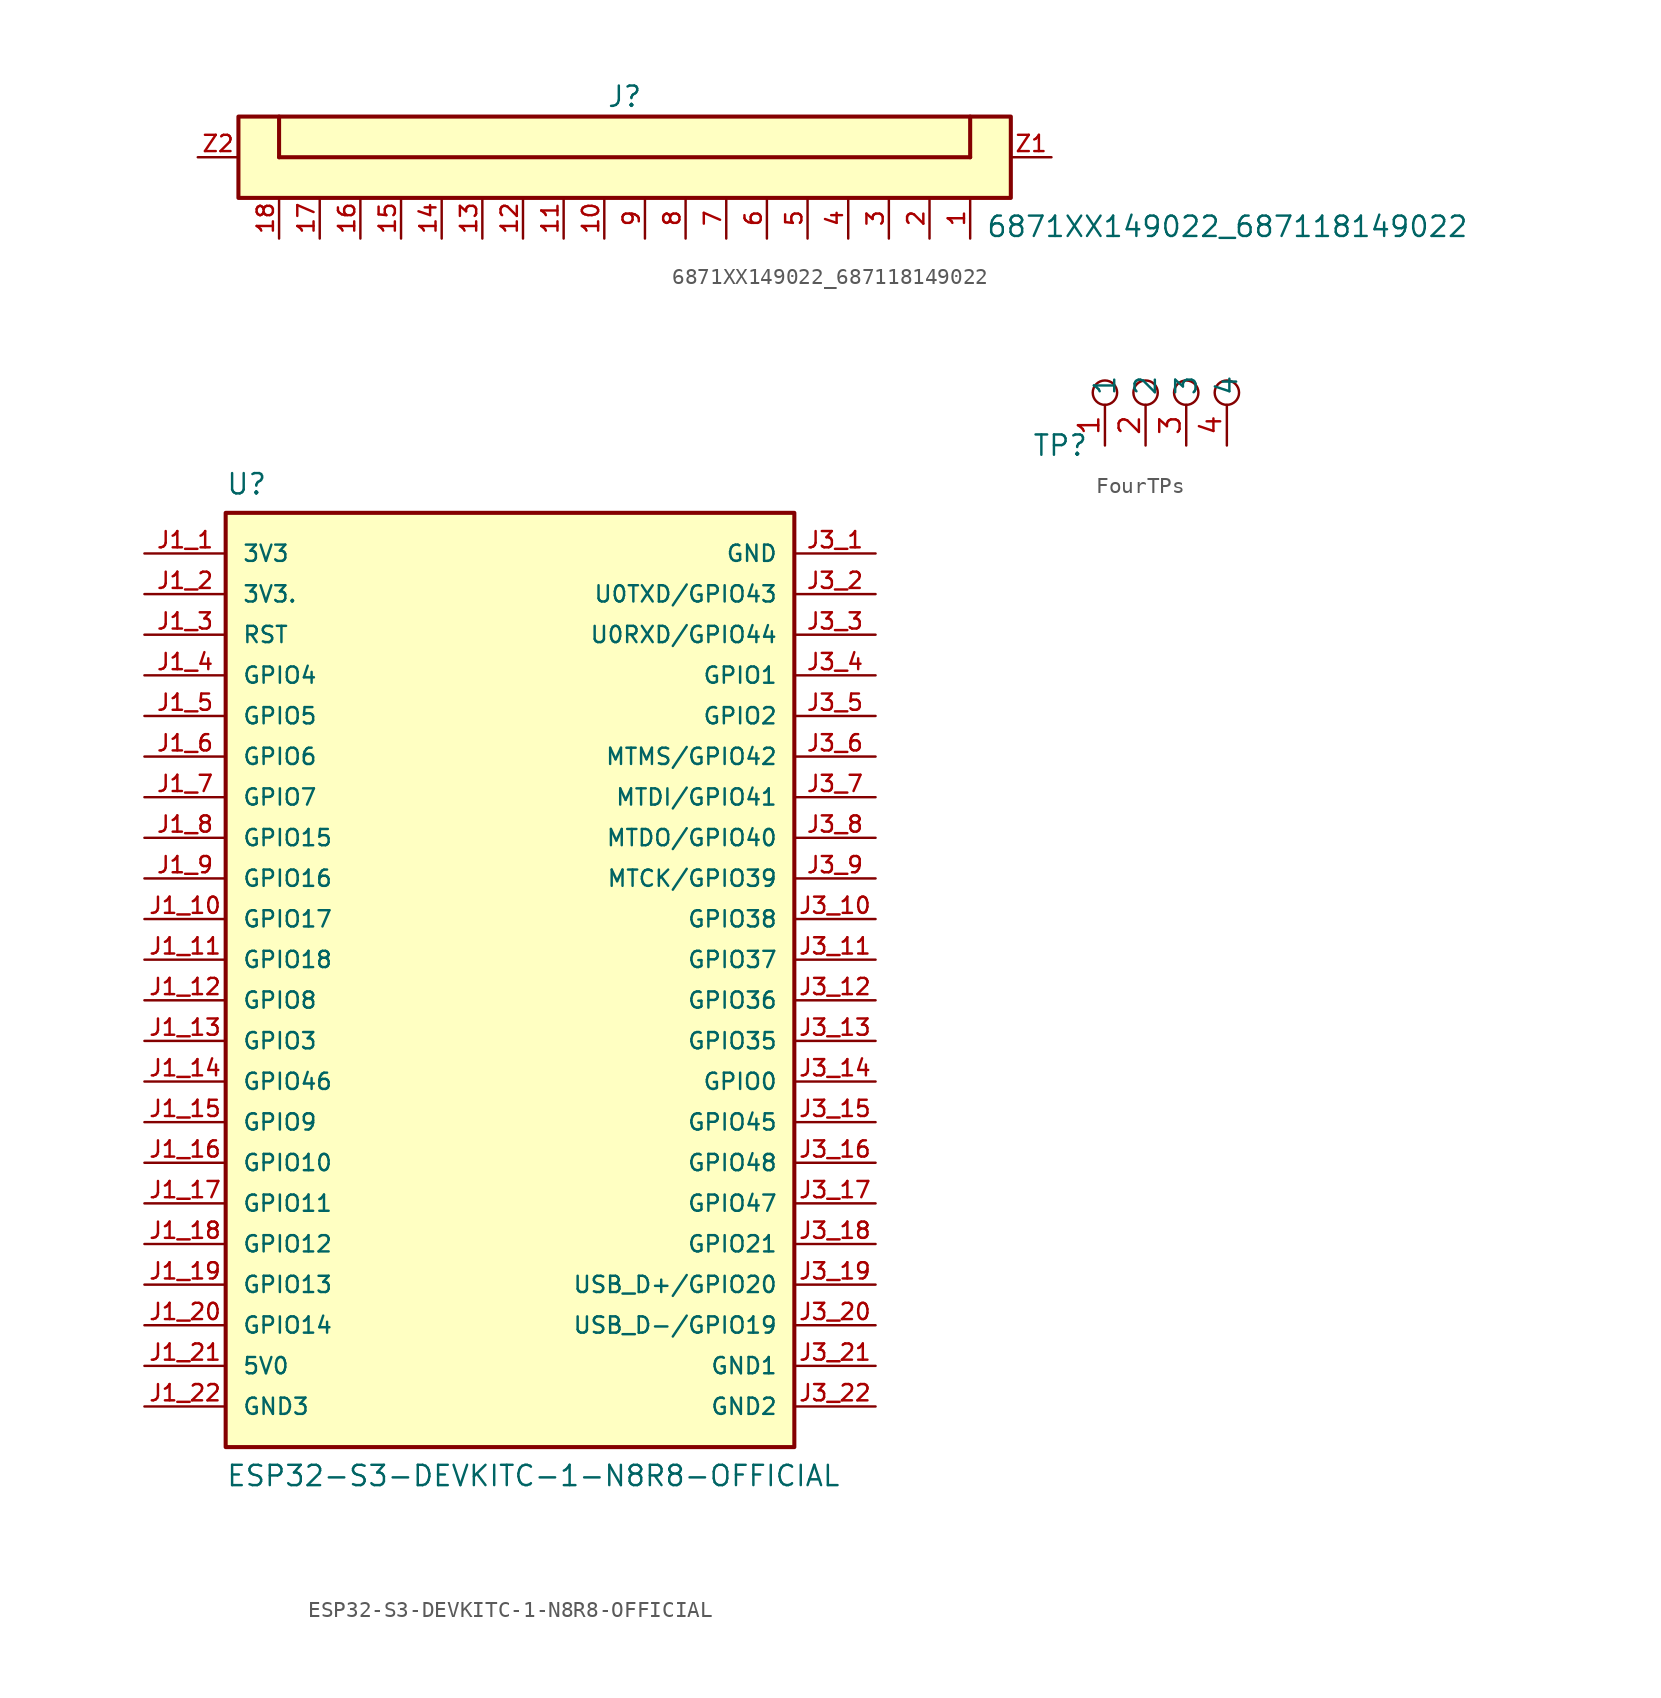
<source format=kicad_sym>
(kicad_symbol_lib
  (version 20241209)
  (generator "kicad_symbol_editor")
  (generator_version "9.0")
  (symbol "6871XX149022_687118149022"
    (pin_names
      (offset 1.016))
    (property "Reference" "J"
      (at -1.27 3.048 0)
      (effects (font (size 1.27 1.27)) (justify bottom)))
    (property "Value" "6871XX149022_687118149022"
      (at 21.29 -5.08 0)
      (effects (font (size 1.27 1.27)) (justify left bottom)))
    (symbol "6871XX149022_687118149022_0_0"
      (rectangle (start -25.4 -2.54) (end 22.86 2.54) (stroke (width 0.254) (type default)) (fill (type background)))
      (polyline (pts (xy -22.86 2.54) (xy -22.86 0)) (stroke (width 0.254) (type default)) (fill (type none)))
      (polyline (pts (xy -22.86 0) (xy 20.32 0)) (stroke (width 0.254) (type default)) (fill (type none)))
      (polyline (pts (xy 20.32 0) (xy 20.32 2.54)) (stroke (width 0.254) (type default)) (fill (type none)))
      (pin passive line (at -27.94 0 0) (length 2.54) (name "~" (effects (font (size 1.016 1.016)))) (number "Z2" (effects (font (size 1.016 1.016)))))
      (pin passive line (at -22.86 -5.08 90) (length 2.54) (name "~" (effects (font (size 1.016 1.016)))) (number "18" (effects (font (size 1.016 1.016)))))
      (pin passive line (at -20.32 -5.08 90) (length 2.54) (name "~" (effects (font (size 1.016 1.016)))) (number "17" (effects (font (size 1.016 1.016)))))
      (pin passive line (at -17.78 -5.08 90) (length 2.54) (name "~" (effects (font (size 1.016 1.016)))) (number "16" (effects (font (size 1.016 1.016)))))
      (pin passive line (at -15.24 -5.08 90) (length 2.54) (name "~" (effects (font (size 1.016 1.016)))) (number "15" (effects (font (size 1.016 1.016)))))
      (pin passive line (at -12.7 -5.08 90) (length 2.54) (name "~" (effects (font (size 1.016 1.016)))) (number "14" (effects (font (size 1.016 1.016)))))
      (pin passive line (at -10.16 -5.08 90) (length 2.54) (name "~" (effects (font (size 1.016 1.016)))) (number "13" (effects (font (size 1.016 1.016)))))
      (pin passive line (at -7.62 -5.08 90) (length 2.54) (name "~" (effects (font (size 1.016 1.016)))) (number "12" (effects (font (size 1.016 1.016)))))
      (pin passive line (at -5.08 -5.08 90) (length 2.54) (name "~" (effects (font (size 1.016 1.016)))) (number "11" (effects (font (size 1.016 1.016)))))
      (pin passive line (at -2.54 -5.08 90) (length 2.54) (name "~" (effects (font (size 1.016 1.016)))) (number "10" (effects (font (size 1.016 1.016)))))
      (pin passive line (at 0 -5.08 90) (length 2.54) (name "~" (effects (font (size 1.016 1.016)))) (number "9" (effects (font (size 1.016 1.016)))))
      (pin passive line (at 2.54 -5.08 90) (length 2.54) (name "~" (effects (font (size 1.016 1.016)))) (number "8" (effects (font (size 1.016 1.016)))))
      (pin passive line (at 5.08 -5.08 90) (length 2.54) (name "~" (effects (font (size 1.016 1.016)))) (number "7" (effects (font (size 1.016 1.016)))))
      (pin passive line (at 7.62 -5.08 90) (length 2.54) (name "~" (effects (font (size 1.016 1.016)))) (number "6" (effects (font (size 1.016 1.016)))))
      (pin passive line (at 10.16 -5.08 90) (length 2.54) (name "~" (effects (font (size 1.016 1.016)))) (number "5" (effects (font (size 1.016 1.016)))))
      (pin passive line (at 12.7 -5.08 90) (length 2.54) (name "~" (effects (font (size 1.016 1.016)))) (number "4" (effects (font (size 1.016 1.016)))))
      (pin passive line (at 15.24 -5.08 90) (length 2.54) (name "~" (effects (font (size 1.016 1.016)))) (number "3" (effects (font (size 1.016 1.016)))))
      (pin passive line (at 17.78 -5.08 90) (length 2.54) (name "~" (effects (font (size 1.016 1.016)))) (number "2" (effects (font (size 1.016 1.016)))))
      (pin passive line (at 20.32 -5.08 90) (length 2.54) (name "~" (effects (font (size 1.016 1.016)))) (number "1" (effects (font (size 1.016 1.016)))))
      (pin passive line (at 25.4 0 180) (length 2.54) (name "~" (effects (font (size 1.016 1.016)))) (number "Z1" (effects (font (size 1.016 1.016)))))))
  (symbol "ESP32-S3-DEVKITC-1-N8R8-OFFICIAL"
    (pin_names
      (offset 1.016))
    (property "Reference" "U"
      (at -17.78 35.56 0)
      (effects (font (size 1.27 1.27)) (justify left top)))
    (property "Value" "ESP32-S3-DEVKITC-1-N8R8-OFFICIAL"
      (at -17.78 -27.94 0)
      (effects (font (size 1.27 1.27)) (justify left bottom)))
    (symbol "ESP32-S3-DEVKITC-1-N8R8-OFFICIAL_0_0"
      (rectangle (start -17.78 -25.4) (end 17.78 33.02) (stroke (width 0.254) (type default)) (fill (type background)))
      (pin power_in line (at -22.86 30.48 0) (length 5.08) (name "3V3" (effects (font (size 1.016 1.016)))) (number "J1_1" (effects (font (size 1.016 1.016)))))
      (pin power_in line (at -22.86 27.94 0) (length 5.08) (name "3V3." (effects (font (size 1.016 1.016)))) (number "J1_2" (effects (font (size 1.016 1.016)))))
      (pin input line (at -22.86 25.4 0) (length 5.08) (name "RST" (effects (font (size 1.016 1.016)))) (number "J1_3" (effects (font (size 1.016 1.016)))))
      (pin bidirectional line (at -22.86 22.86 0) (length 5.08) (name "GPIO4" (effects (font (size 1.016 1.016)))) (number "J1_4" (effects (font (size 1.016 1.016)))))
      (pin bidirectional line (at -22.86 20.32 0) (length 5.08) (name "GPIO5" (effects (font (size 1.016 1.016)))) (number "J1_5" (effects (font (size 1.016 1.016)))))
      (pin bidirectional line (at -22.86 17.78 0) (length 5.08) (name "GPIO6" (effects (font (size 1.016 1.016)))) (number "J1_6" (effects (font (size 1.016 1.016)))))
      (pin bidirectional line (at -22.86 15.24 0) (length 5.08) (name "GPIO7" (effects (font (size 1.016 1.016)))) (number "J1_7" (effects (font (size 1.016 1.016)))))
      (pin bidirectional line (at -22.86 12.7 0) (length 5.08) (name "GPIO15" (effects (font (size 1.016 1.016)))) (number "J1_8" (effects (font (size 1.016 1.016)))))
      (pin bidirectional line (at -22.86 10.16 0) (length 5.08) (name "GPIO16" (effects (font (size 1.016 1.016)))) (number "J1_9" (effects (font (size 1.016 1.016)))))
      (pin bidirectional line (at -22.86 7.62 0) (length 5.08) (name "GPIO17" (effects (font (size 1.016 1.016)))) (number "J1_10" (effects (font (size 1.016 1.016)))))
      (pin bidirectional line (at -22.86 5.08 0) (length 5.08) (name "GPIO18" (effects (font (size 1.016 1.016)))) (number "J1_11" (effects (font (size 1.016 1.016)))))
      (pin bidirectional line (at -22.86 2.54 0) (length 5.08) (name "GPIO8" (effects (font (size 1.016 1.016)))) (number "J1_12" (effects (font (size 1.016 1.016)))))
      (pin bidirectional line (at -22.86 0 0) (length 5.08) (name "GPIO3" (effects (font (size 1.016 1.016)))) (number "J1_13" (effects (font (size 1.016 1.016)))))
      (pin bidirectional line (at -22.86 -2.54 0) (length 5.08) (name "GPIO46" (effects (font (size 1.016 1.016)))) (number "J1_14" (effects (font (size 1.016 1.016)))))
      (pin bidirectional line (at -22.86 -5.08 0) (length 5.08) (name "GPIO9" (effects (font (size 1.016 1.016)))) (number "J1_15" (effects (font (size 1.016 1.016)))))
      (pin bidirectional line (at -22.86 -7.62 0) (length 5.08) (name "GPIO10" (effects (font (size 1.016 1.016)))) (number "J1_16" (effects (font (size 1.016 1.016)))))
      (pin bidirectional line (at -22.86 -10.16 0) (length 5.08) (name "GPIO11" (effects (font (size 1.016 1.016)))) (number "J1_17" (effects (font (size 1.016 1.016)))))
      (pin bidirectional line (at -22.86 -12.7 0) (length 5.08) (name "GPIO12" (effects (font (size 1.016 1.016)))) (number "J1_18" (effects (font (size 1.016 1.016)))))
      (pin bidirectional line (at -22.86 -15.24 0) (length 5.08) (name "GPIO13" (effects (font (size 1.016 1.016)))) (number "J1_19" (effects (font (size 1.016 1.016)))))
      (pin bidirectional line (at -22.86 -17.78 0) (length 5.08) (name "GPIO14" (effects (font (size 1.016 1.016)))) (number "J1_20" (effects (font (size 1.016 1.016)))))
      (pin power_in line (at -22.86 -20.32 0) (length 5.08) (name "5V0" (effects (font (size 1.016 1.016)))) (number "J1_21" (effects (font (size 1.016 1.016)))))
      (pin power_in line (at -22.86 -22.86 0) (length 5.08) (name "GND3" (effects (font (size 1.016 1.016)))) (number "J1_22" (effects (font (size 1.016 1.016)))))
      (pin power_in line (at 22.86 30.48 180) (length 5.08) (name "GND" (effects (font (size 1.016 1.016)))) (number "J3_1" (effects (font (size 1.016 1.016)))))
      (pin bidirectional line (at 22.86 27.94 180) (length 5.08) (name "U0TXD/GPIO43" (effects (font (size 1.016 1.016)))) (number "J3_2" (effects (font (size 1.016 1.016)))))
      (pin bidirectional line (at 22.86 25.4 180) (length 5.08) (name "U0RXD/GPIO44" (effects (font (size 1.016 1.016)))) (number "J3_3" (effects (font (size 1.016 1.016)))))
      (pin bidirectional line (at 22.86 22.86 180) (length 5.08) (name "GPIO1" (effects (font (size 1.016 1.016)))) (number "J3_4" (effects (font (size 1.016 1.016)))))
      (pin bidirectional line (at 22.86 20.32 180) (length 5.08) (name "GPIO2" (effects (font (size 1.016 1.016)))) (number "J3_5" (effects (font (size 1.016 1.016)))))
      (pin bidirectional line (at 22.86 17.78 180) (length 5.08) (name "MTMS/GPIO42" (effects (font (size 1.016 1.016)))) (number "J3_6" (effects (font (size 1.016 1.016)))))
      (pin bidirectional line (at 22.86 15.24 180) (length 5.08) (name "MTDI/GPIO41" (effects (font (size 1.016 1.016)))) (number "J3_7" (effects (font (size 1.016 1.016)))))
      (pin bidirectional line (at 22.86 12.7 180) (length 5.08) (name "MTDO/GPIO40" (effects (font (size 1.016 1.016)))) (number "J3_8" (effects (font (size 1.016 1.016)))))
      (pin bidirectional line (at 22.86 10.16 180) (length 5.08) (name "MTCK/GPIO39" (effects (font (size 1.016 1.016)))) (number "J3_9" (effects (font (size 1.016 1.016)))))
      (pin bidirectional line (at 22.86 7.62 180) (length 5.08) (name "GPIO38" (effects (font (size 1.016 1.016)))) (number "J3_10" (effects (font (size 1.016 1.016)))))
      (pin bidirectional line (at 22.86 5.08 180) (length 5.08) (name "GPIO37" (effects (font (size 1.016 1.016)))) (number "J3_11" (effects (font (size 1.016 1.016)))))
      (pin bidirectional line (at 22.86 2.54 180) (length 5.08) (name "GPIO36" (effects (font (size 1.016 1.016)))) (number "J3_12" (effects (font (size 1.016 1.016)))))
      (pin bidirectional line (at 22.86 0 180) (length 5.08) (name "GPIO35" (effects (font (size 1.016 1.016)))) (number "J3_13" (effects (font (size 1.016 1.016)))))
      (pin bidirectional line (at 22.86 -2.54 180) (length 5.08) (name "GPIO0" (effects (font (size 1.016 1.016)))) (number "J3_14" (effects (font (size 1.016 1.016)))))
      (pin bidirectional line (at 22.86 -5.08 180) (length 5.08) (name "GPIO45" (effects (font (size 1.016 1.016)))) (number "J3_15" (effects (font (size 1.016 1.016)))))
      (pin bidirectional line (at 22.86 -7.62 180) (length 5.08) (name "GPIO48" (effects (font (size 1.016 1.016)))) (number "J3_16" (effects (font (size 1.016 1.016)))))
      (pin bidirectional line (at 22.86 -10.16 180) (length 5.08) (name "GPIO47" (effects (font (size 1.016 1.016)))) (number "J3_17" (effects (font (size 1.016 1.016)))))
      (pin bidirectional line (at 22.86 -12.7 180) (length 5.08) (name "GPIO21" (effects (font (size 1.016 1.016)))) (number "J3_18" (effects (font (size 1.016 1.016)))))
      (pin bidirectional line (at 22.86 -15.24 180) (length 5.08) (name "USB_D+/GPIO20" (effects (font (size 1.016 1.016)))) (number "J3_19" (effects (font (size 1.016 1.016)))))
      (pin bidirectional line (at 22.86 -17.78 180) (length 5.08) (name "USB_D-/GPIO19" (effects (font (size 1.016 1.016)))) (number "J3_20" (effects (font (size 1.016 1.016)))))
      (pin power_in line (at 22.86 -20.32 180) (length 5.08) (name "GND1" (effects (font (size 1.016 1.016)))) (number "J3_21" (effects (font (size 1.016 1.016)))))
      (pin power_in line (at 22.86 -22.86 180) (length 5.08) (name "GND2" (effects (font (size 1.016 1.016)))) (number "J3_22" (effects (font (size 1.016 1.016)))))))
  (symbol "FourTPs"
    (property "Reference" "TP"
      (at 1.016 0 0)
      (effects (font (size 1.27 1.27))))
    (property "Value" ""
      (at 0 0 0)
      (effects (font (size 1.27 1.27))))
    (symbol "FourTPs_0_1"
      (circle (center 3.81 3.302) (radius 0.762) (stroke (width 0) (type default)) (fill (type none)))
      (circle (center 6.35 3.302) (radius 0.762) (stroke (width 0) (type default)) (fill (type none)))
      (circle (center 8.89 3.302) (radius 0.762) (stroke (width 0) (type default)) (fill (type none)))
      (circle (center 11.43 3.302) (radius 0.762) (stroke (width 0) (type default)) (fill (type none))))
    (symbol "FourTPs_1_1"
      (pin passive line (at 3.81 0 90) (length 2.54) (name "1" (effects (font (size 1.27 1.27)))) (number "1" (effects (font (size 1.27 1.27)))))
      (pin passive line (at 6.35 0 90) (length 2.54) (name "2" (effects (font (size 1.27 1.27)))) (number "2" (effects (font (size 1.27 1.27)))))
      (pin passive line (at 8.89 0 90) (length 2.54) (name "3" (effects (font (size 1.27 1.27)))) (number "3" (effects (font (size 1.27 1.27)))))
      (pin passive line (at 11.43 0 90) (length 2.54) (name "4" (effects (font (size 1.27 1.27)))) (number "4" (effects (font (size 1.27 1.27))))))))
</source>
